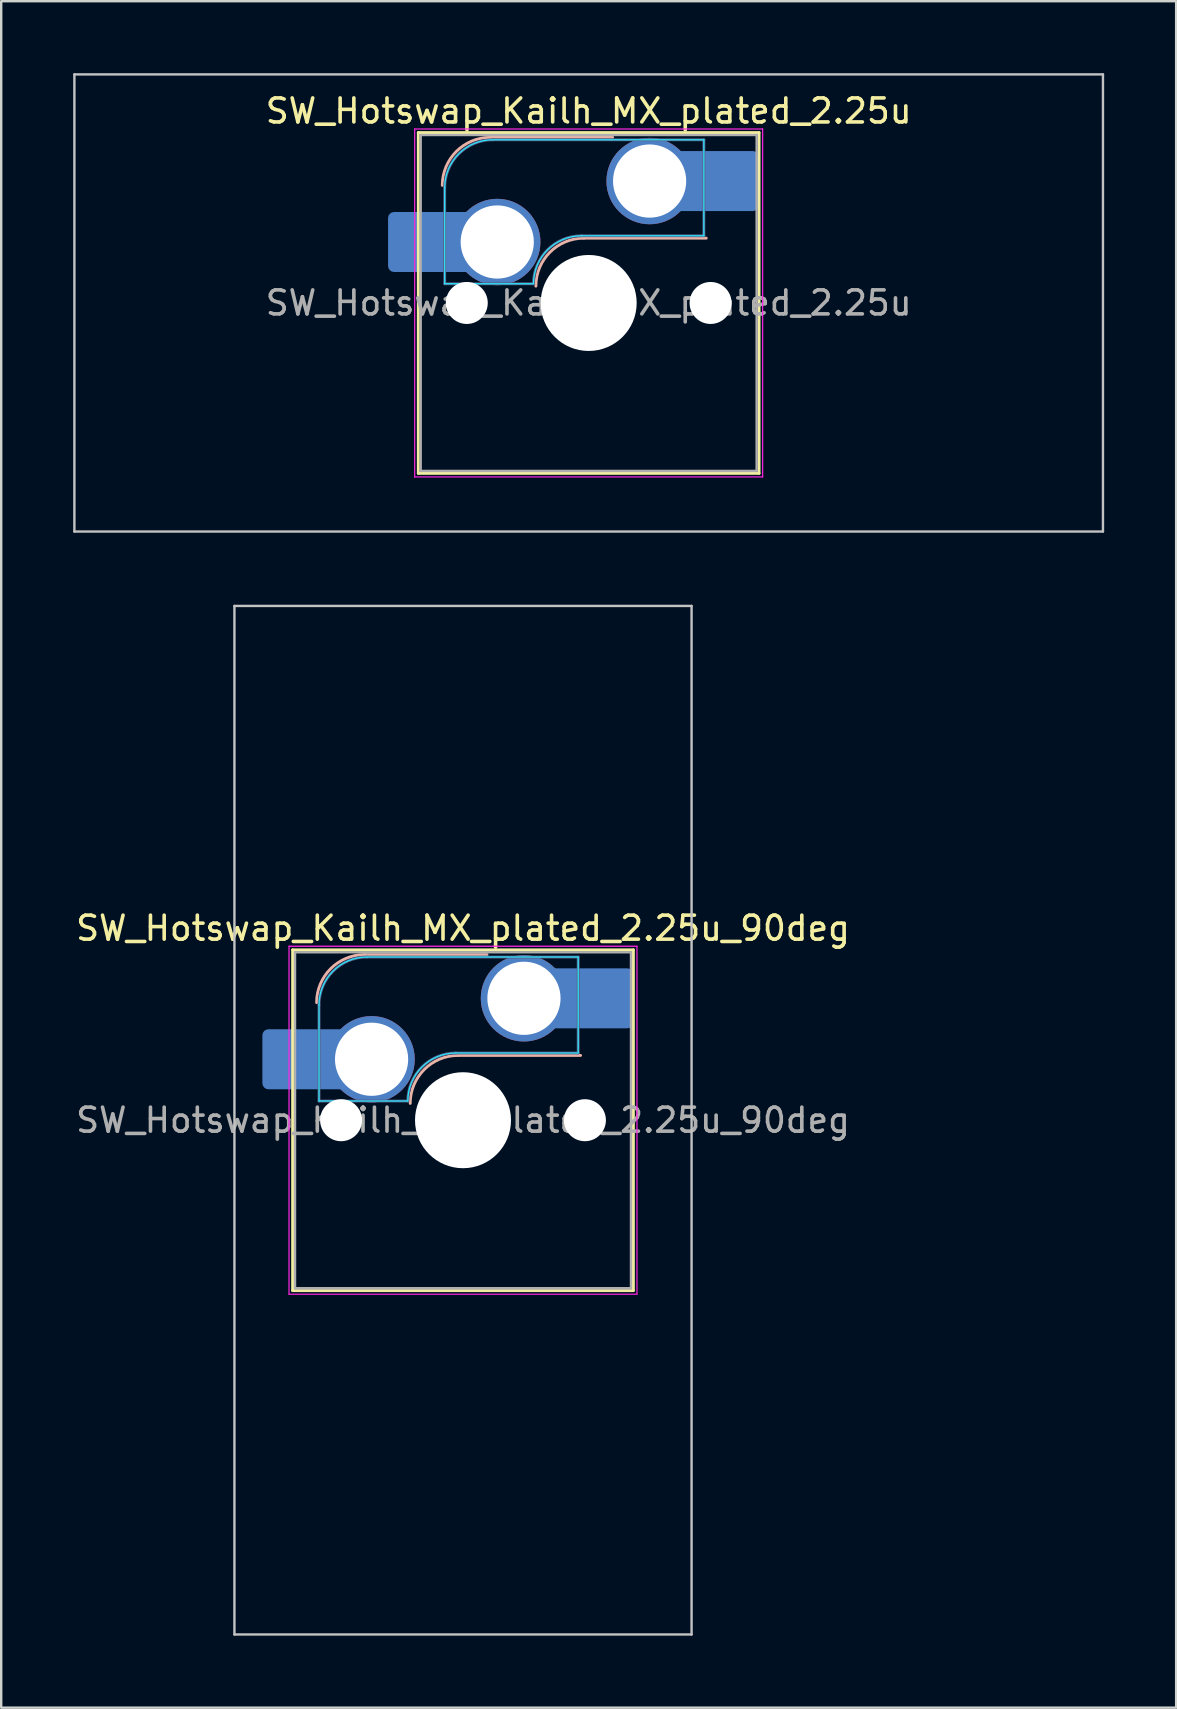
<source format=kicad_pcb>
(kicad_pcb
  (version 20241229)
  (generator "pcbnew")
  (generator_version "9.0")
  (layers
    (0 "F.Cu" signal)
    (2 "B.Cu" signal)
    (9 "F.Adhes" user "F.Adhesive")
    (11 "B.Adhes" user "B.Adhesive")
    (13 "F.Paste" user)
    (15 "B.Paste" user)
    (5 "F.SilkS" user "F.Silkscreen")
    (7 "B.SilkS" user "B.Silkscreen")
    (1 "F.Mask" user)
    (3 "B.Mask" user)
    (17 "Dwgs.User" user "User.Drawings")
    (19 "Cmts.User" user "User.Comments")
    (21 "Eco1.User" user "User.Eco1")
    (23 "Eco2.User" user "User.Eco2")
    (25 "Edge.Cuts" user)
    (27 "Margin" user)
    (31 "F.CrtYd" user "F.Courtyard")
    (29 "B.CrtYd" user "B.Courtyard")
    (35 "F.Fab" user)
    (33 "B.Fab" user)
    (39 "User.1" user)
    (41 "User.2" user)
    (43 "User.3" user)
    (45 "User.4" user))
  (footprint "SW_Hotswap_Kailh_MX_plated_2.25u"
    (layer "F.Cu")
    (at 21.481 9.575)
    (property "Reference" "SW_Hotswap_Kailh_MX_plated_2.25u" (at 0 -8 0) (layer "F.SilkS") (effects (font (size 1 1) (thickness 0.15))))
    (attr smd)
    (fp_line (start -7.1 -7.1) (end -7.1 7.1) (stroke (width 0.12) (type solid)) (layer "F.SilkS"))
    (fp_line (start -7.1 7.1) (end 7.1 7.1) (stroke (width 0.12) (type solid)) (layer "F.SilkS"))
    (fp_line (start 7.1 -7.1) (end -7.1 -7.1) (stroke (width 0.12) (type solid)) (layer "F.SilkS"))
    (fp_line (start 7.1 7.1) (end 7.1 -7.1) (stroke (width 0.12) (type solid)) (layer "F.SilkS"))
    (fp_line (start -4.1 -6.9) (end 1 -6.9) (stroke (width 0.12) (type solid)) (layer "B.SilkS"))
    (fp_line (start -0.2 -2.7) (end 4.9 -2.7) (stroke (width 0.12) (type solid)) (layer "B.SilkS"))
    (fp_arc (start -6.1 -4.9) (mid -5.514214 -6.314214) (end -4.1 -6.9) (stroke (width 0.12) (type solid)) (layer "B.SilkS"))
    (fp_arc (start -2.2 -0.7) (mid -1.614214 -2.114214) (end -0.2 -2.7) (stroke (width 0.12) (type solid)) (layer "B.SilkS"))
    (fp_line (start -21.431 -9.525) (end -21.431 9.525) (stroke (width 0.1) (type solid)) (layer "Dwgs.User"))
    (fp_line (start -21.431 9.525) (end 21.431 9.525) (stroke (width 0.1) (type solid)) (layer "Dwgs.User"))
    (fp_line (start 21.431 -9.525) (end -21.431 -9.525) (stroke (width 0.1) (type solid)) (layer "Dwgs.User"))
    (fp_line (start 21.431 9.525) (end 21.431 -9.525) (stroke (width 0.1) (type solid)) (layer "Dwgs.User"))
    (fp_line (start -7.8 -6) (end -7 -6) (stroke (width 0.1) (type solid)) (layer "Eco1.User"))
    (fp_line (start -7.8 -2.9) (end -7.8 -6) (stroke (width 0.1) (type solid)) (layer "Eco1.User"))
    (fp_line (start -7.8 2.9) (end -7 2.9) (stroke (width 0.1) (type solid)) (layer "Eco1.User"))
    (fp_line (start -7.8 6) (end -7.8 2.9) (stroke (width 0.1) (type solid)) (layer "Eco1.User"))
    (fp_line (start -7 -7) (end 7 -7) (stroke (width 0.1) (type solid)) (layer "Eco1.User"))
    (fp_line (start -7 -6) (end -7 -7) (stroke (width 0.1) (type solid)) (layer "Eco1.User"))
    (fp_line (start -7 -2.9) (end -7.8 -2.9) (stroke (width 0.1) (type solid)) (layer "Eco1.User"))
    (fp_line (start -7 2.9) (end -7 -2.9) (stroke (width 0.1) (type solid)) (layer "Eco1.User"))
    (fp_line (start -7 6) (end -7.8 6) (stroke (width 0.1) (type solid)) (layer "Eco1.User"))
    (fp_line (start -7 7) (end -7 6) (stroke (width 0.1) (type solid)) (layer "Eco1.User"))
    (fp_line (start 7 -7) (end 7 -6) (stroke (width 0.1) (type solid)) (layer "Eco1.User"))
    (fp_line (start 7 -6) (end 7.8 -6) (stroke (width 0.1) (type solid)) (layer "Eco1.User"))
    (fp_line (start 7 -2.9) (end 7 2.9) (stroke (width 0.1) (type solid)) (layer "Eco1.User"))
    (fp_line (start 7 2.9) (end 7.8 2.9) (stroke (width 0.1) (type solid)) (layer "Eco1.User"))
    (fp_line (start 7 6) (end 7 7) (stroke (width 0.1) (type solid)) (layer "Eco1.User"))
    (fp_line (start 7 7) (end -7 7) (stroke (width 0.1) (type solid)) (layer "Eco1.User"))
    (fp_line (start 7.8 -6) (end 7.8 -2.9) (stroke (width 0.1) (type solid)) (layer "Eco1.User"))
    (fp_line (start 7.8 -2.9) (end 7 -2.9) (stroke (width 0.1) (type solid)) (layer "Eco1.User"))
    (fp_line (start 7.8 2.9) (end 7.8 6) (stroke (width 0.1) (type solid)) (layer "Eco1.User"))
    (fp_line (start 7.8 6) (end 7 6) (stroke (width 0.1) (type solid)) (layer "Eco1.User"))
    (fp_line (start -6 -0.8) (end -6 -4.8) (stroke (width 0.05) (type solid)) (layer "B.CrtYd"))
    (fp_line (start -6 -0.8) (end -2.3 -0.8) (stroke (width 0.05) (type solid)) (layer "B.CrtYd"))
    (fp_line (start -4 -6.8) (end 4.8 -6.8) (stroke (width 0.05) (type solid)) (layer "B.CrtYd"))
    (fp_line (start -0.3 -2.8) (end 4.8 -2.8) (stroke (width 0.05) (type solid)) (layer "B.CrtYd"))
    (fp_line (start 4.8 -6.8) (end 4.8 -2.8) (stroke (width 0.05) (type solid)) (layer "B.CrtYd"))
    (fp_arc (start -6 -4.8) (mid -5.414214 -6.214214) (end -4 -6.8) (stroke (width 0.05) (type solid)) (layer "B.CrtYd"))
    (fp_arc (start -2.3 -0.8) (mid -1.714214 -2.214214) (end -0.3 -2.8) (stroke (width 0.05) (type solid)) (layer "B.CrtYd"))
    (fp_line (start -7.25 -7.25) (end -7.25 7.25) (stroke (width 0.05) (type solid)) (layer "F.CrtYd"))
    (fp_line (start -7.25 7.25) (end 7.25 7.25) (stroke (width 0.05) (type solid)) (layer "F.CrtYd"))
    (fp_line (start 7.25 -7.25) (end -7.25 -7.25) (stroke (width 0.05) (type solid)) (layer "F.CrtYd"))
    (fp_line (start 7.25 7.25) (end 7.25 -7.25) (stroke (width 0.05) (type solid)) (layer "F.CrtYd"))
    (fp_line (start -6 -0.8) (end -6 -4.8) (stroke (width 0.12) (type solid)) (layer "B.Fab"))
    (fp_line (start -6 -0.8) (end -2.3 -0.8) (stroke (width 0.12) (type solid)) (layer "B.Fab"))
    (fp_line (start -4 -6.8) (end 4.8 -6.8) (stroke (width 0.12) (type solid)) (layer "B.Fab"))
    (fp_line (start -0.3 -2.8) (end 4.8 -2.8) (stroke (width 0.12) (type solid)) (layer "B.Fab"))
    (fp_line (start 4.8 -6.8) (end 4.8 -2.8) (stroke (width 0.12) (type solid)) (layer "B.Fab"))
    (fp_arc (start -6 -4.8) (mid -5.414214 -6.214214) (end -4 -6.8) (stroke (width 0.12) (type solid)) (layer "B.Fab"))
    (fp_arc (start -2.3 -0.8) (mid -1.714214 -2.214214) (end -0.3 -2.8) (stroke (width 0.12) (type solid)) (layer "B.Fab"))
    (fp_line (start -7 -7) (end -7 7) (stroke (width 0.1) (type solid)) (layer "F.Fab"))
    (fp_line (start -7 7) (end 7 7) (stroke (width 0.1) (type solid)) (layer "F.Fab"))
    (fp_line (start 7 -7) (end -7 -7) (stroke (width 0.1) (type solid)) (layer "F.Fab"))
    (fp_line (start 7 7) (end 7 -7) (stroke (width 0.1) (type solid)) (layer "F.Fab"))
    (fp_text user "${REFERENCE}" (at 0 0 0) (layer "F.Fab") (effects (font (size 1 1) (thickness 0.15))))
    (pad "" smd roundrect (at -7.085 -2.54) (size 2.55 2.5) (layers "B.Mask" "B.Paste") (roundrect_rratio 0.1))
    (pad "" np_thru_hole circle (at -5.08 0) (size 1.75 1.75) (drill 1.75) (layers "*.Cu" "*.Mask"))
    (pad "" smd circle (at -3.81 -2.54) (size 3.1 3.1) (layers "F.Mask"))
    (pad "" np_thru_hole circle (at 0 0) (size 4 4) (drill 4) (layers "*.Cu" "*.Mask"))
    (pad "" smd circle (at 2.54 -5.08) (size 3.1 3.1) (layers "F.Mask"))
    (pad "" np_thru_hole circle (at 5.08 0) (size 1.75 1.75) (drill 1.75) (layers "*.Cu" "*.Mask"))
    (pad "" smd roundrect (at 5.842 -5.08) (size 2.55 2.5) (layers "B.Mask" "B.Paste") (roundrect_rratio 0.1))
    (pad "1" smd roundrect (at -6.585 -2.54) (size 3.55 2.5) (layers "B.Cu") (roundrect_rratio 0.1))
    (pad "1" thru_hole circle (at -3.81 -2.54) (size 3.6 3.6) (drill 3.05) (layers "*.Cu" "B.Mask"))
    (pad "2" thru_hole circle (at 2.54 -5.08) (size 3.6 3.6) (drill 3.05) (layers "*.Cu" "B.Mask"))
    (pad "2" smd roundrect (at 5.32 -5.08) (size 3.55 2.5) (layers "B.Cu") (roundrect_rratio 0.1)))
  (footprint "SW_Hotswap_Kailh_MX_plated_2.25u_90deg"
    (layer "F.Cu")
    (at 16.244 43.631)
    (property "Reference" "SW_Hotswap_Kailh_MX_plated_2.25u_90deg" (at 0 -8 0) (layer "F.SilkS") (effects (font (size 1 1) (thickness 0.15))))
    (attr smd)
    (fp_line (start -7.1 -7.1) (end -7.1 7.1) (stroke (width 0.12) (type solid)) (layer "F.SilkS"))
    (fp_line (start -7.1 7.1) (end 7.1 7.1) (stroke (width 0.12) (type solid)) (layer "F.SilkS"))
    (fp_line (start 7.1 -7.1) (end -7.1 -7.1) (stroke (width 0.12) (type solid)) (layer "F.SilkS"))
    (fp_line (start 7.1 7.1) (end 7.1 -7.1) (stroke (width 0.12) (type solid)) (layer "F.SilkS"))
    (fp_line (start -4.1 -6.9) (end 1 -6.9) (stroke (width 0.12) (type solid)) (layer "B.SilkS"))
    (fp_line (start -0.2 -2.7) (end 4.9 -2.7) (stroke (width 0.12) (type solid)) (layer "B.SilkS"))
    (fp_arc (start -6.1 -4.9) (mid -5.514214 -6.314214) (end -4.1 -6.9) (stroke (width 0.12) (type solid)) (layer "B.SilkS"))
    (fp_arc (start -2.2 -0.7) (mid -1.614214 -2.114214) (end -0.2 -2.7) (stroke (width 0.12) (type solid)) (layer "B.SilkS"))
    (fp_line (start -9.525 -21.431) (end 9.525 -21.431) (stroke (width 0.1) (type solid)) (layer "Dwgs.User"))
    (fp_line (start -9.525 21.431) (end -9.525 -21.431) (stroke (width 0.1) (type solid)) (layer "Dwgs.User"))
    (fp_line (start 9.525 -21.431) (end 9.525 21.431) (stroke (width 0.1) (type solid)) (layer "Dwgs.User"))
    (fp_line (start 9.525 21.431) (end -9.525 21.431) (stroke (width 0.1) (type solid)) (layer "Dwgs.User"))
    (fp_line (start -7.8 -6) (end -7 -6) (stroke (width 0.1) (type solid)) (layer "Eco1.User"))
    (fp_line (start -7.8 -2.9) (end -7.8 -6) (stroke (width 0.1) (type solid)) (layer "Eco1.User"))
    (fp_line (start -7.8 2.9) (end -7 2.9) (stroke (width 0.1) (type solid)) (layer "Eco1.User"))
    (fp_line (start -7.8 6) (end -7.8 2.9) (stroke (width 0.1) (type solid)) (layer "Eco1.User"))
    (fp_line (start -7 -7) (end 7 -7) (stroke (width 0.1) (type solid)) (layer "Eco1.User"))
    (fp_line (start -7 -6) (end -7 -7) (stroke (width 0.1) (type solid)) (layer "Eco1.User"))
    (fp_line (start -7 -2.9) (end -7.8 -2.9) (stroke (width 0.1) (type solid)) (layer "Eco1.User"))
    (fp_line (start -7 2.9) (end -7 -2.9) (stroke (width 0.1) (type solid)) (layer "Eco1.User"))
    (fp_line (start -7 6) (end -7.8 6) (stroke (width 0.1) (type solid)) (layer "Eco1.User"))
    (fp_line (start -7 7) (end -7 6) (stroke (width 0.1) (type solid)) (layer "Eco1.User"))
    (fp_line (start 7 -7) (end 7 -6) (stroke (width 0.1) (type solid)) (layer "Eco1.User"))
    (fp_line (start 7 -6) (end 7.8 -6) (stroke (width 0.1) (type solid)) (layer "Eco1.User"))
    (fp_line (start 7 -2.9) (end 7 2.9) (stroke (width 0.1) (type solid)) (layer "Eco1.User"))
    (fp_line (start 7 2.9) (end 7.8 2.9) (stroke (width 0.1) (type solid)) (layer "Eco1.User"))
    (fp_line (start 7 6) (end 7 7) (stroke (width 0.1) (type solid)) (layer "Eco1.User"))
    (fp_line (start 7 7) (end -7 7) (stroke (width 0.1) (type solid)) (layer "Eco1.User"))
    (fp_line (start 7.8 -6) (end 7.8 -2.9) (stroke (width 0.1) (type solid)) (layer "Eco1.User"))
    (fp_line (start 7.8 -2.9) (end 7 -2.9) (stroke (width 0.1) (type solid)) (layer "Eco1.User"))
    (fp_line (start 7.8 2.9) (end 7.8 6) (stroke (width 0.1) (type solid)) (layer "Eco1.User"))
    (fp_line (start 7.8 6) (end 7 6) (stroke (width 0.1) (type solid)) (layer "Eco1.User"))
    (fp_line (start -6 -0.8) (end -6 -4.8) (stroke (width 0.05) (type solid)) (layer "B.CrtYd"))
    (fp_line (start -6 -0.8) (end -2.3 -0.8) (stroke (width 0.05) (type solid)) (layer "B.CrtYd"))
    (fp_line (start -4 -6.8) (end 4.8 -6.8) (stroke (width 0.05) (type solid)) (layer "B.CrtYd"))
    (fp_line (start -0.3 -2.8) (end 4.8 -2.8) (stroke (width 0.05) (type solid)) (layer "B.CrtYd"))
    (fp_line (start 4.8 -6.8) (end 4.8 -2.8) (stroke (width 0.05) (type solid)) (layer "B.CrtYd"))
    (fp_arc (start -6 -4.8) (mid -5.414214 -6.214214) (end -4 -6.8) (stroke (width 0.05) (type solid)) (layer "B.CrtYd"))
    (fp_arc (start -2.3 -0.8) (mid -1.714214 -2.214214) (end -0.3 -2.8) (stroke (width 0.05) (type solid)) (layer "B.CrtYd"))
    (fp_line (start -7.25 -7.25) (end -7.25 7.25) (stroke (width 0.05) (type solid)) (layer "F.CrtYd"))
    (fp_line (start -7.25 7.25) (end 7.25 7.25) (stroke (width 0.05) (type solid)) (layer "F.CrtYd"))
    (fp_line (start 7.25 -7.25) (end -7.25 -7.25) (stroke (width 0.05) (type solid)) (layer "F.CrtYd"))
    (fp_line (start 7.25 7.25) (end 7.25 -7.25) (stroke (width 0.05) (type solid)) (layer "F.CrtYd"))
    (fp_line (start -6 -0.8) (end -6 -4.8) (stroke (width 0.12) (type solid)) (layer "B.Fab"))
    (fp_line (start -6 -0.8) (end -2.3 -0.8) (stroke (width 0.12) (type solid)) (layer "B.Fab"))
    (fp_line (start -4 -6.8) (end 4.8 -6.8) (stroke (width 0.12) (type solid)) (layer "B.Fab"))
    (fp_line (start -0.3 -2.8) (end 4.8 -2.8) (stroke (width 0.12) (type solid)) (layer "B.Fab"))
    (fp_line (start 4.8 -6.8) (end 4.8 -2.8) (stroke (width 0.12) (type solid)) (layer "B.Fab"))
    (fp_arc (start -6 -4.8) (mid -5.414214 -6.214214) (end -4 -6.8) (stroke (width 0.12) (type solid)) (layer "B.Fab"))
    (fp_arc (start -2.3 -0.8) (mid -1.714214 -2.214214) (end -0.3 -2.8) (stroke (width 0.12) (type solid)) (layer "B.Fab"))
    (fp_line (start -7 -7) (end -7 7) (stroke (width 0.1) (type solid)) (layer "F.Fab"))
    (fp_line (start -7 7) (end 7 7) (stroke (width 0.1) (type solid)) (layer "F.Fab"))
    (fp_line (start 7 -7) (end -7 -7) (stroke (width 0.1) (type solid)) (layer "F.Fab"))
    (fp_line (start 7 7) (end 7 -7) (stroke (width 0.1) (type solid)) (layer "F.Fab"))
    (fp_text user "${REFERENCE}" (at 0 0 0) (layer "F.Fab") (effects (font (size 1 1) (thickness 0.15))))
    (pad "" smd roundrect (at -7.085 -2.54) (size 2.55 2.5) (layers "B.Mask" "B.Paste") (roundrect_rratio 0.1))
    (pad "" np_thru_hole circle (at -5.08 0) (size 1.75 1.75) (drill 1.75) (layers "*.Cu" "*.Mask"))
    (pad "" smd circle (at -3.81 -2.54) (size 3.1 3.1) (layers "F.Mask"))
    (pad "" np_thru_hole circle (at 0 0) (size 4 4) (drill 4) (layers "*.Cu" "*.Mask"))
    (pad "" smd circle (at 2.54 -5.08) (size 3.1 3.1) (layers "F.Mask"))
    (pad "" np_thru_hole circle (at 5.08 0) (size 1.75 1.75) (drill 1.75) (layers "*.Cu" "*.Mask"))
    (pad "" smd roundrect (at 5.842 -5.08) (size 2.55 2.5) (layers "B.Mask" "B.Paste") (roundrect_rratio 0.1))
    (pad "1" smd roundrect (at -6.585 -2.54) (size 3.55 2.5) (layers "B.Cu") (roundrect_rratio 0.1))
    (pad "1" thru_hole circle (at -3.81 -2.54) (size 3.6 3.6) (drill 3.05) (layers "*.Cu" "B.Mask"))
    (pad "2" thru_hole circle (at 2.54 -5.08) (size 3.6 3.6) (drill 3.05) (layers "*.Cu" "B.Mask"))
    (pad "2" smd roundrect (at 5.32 -5.08) (size 3.55 2.5) (layers "B.Cu") (roundrect_rratio 0.1)))
  (gr_rect
    (start -3 -3)
    (end 45.962 68.112)
    (stroke (width 0.1) (type default))
    (fill no)
    (layer "Edge.Cuts")))
</source>
